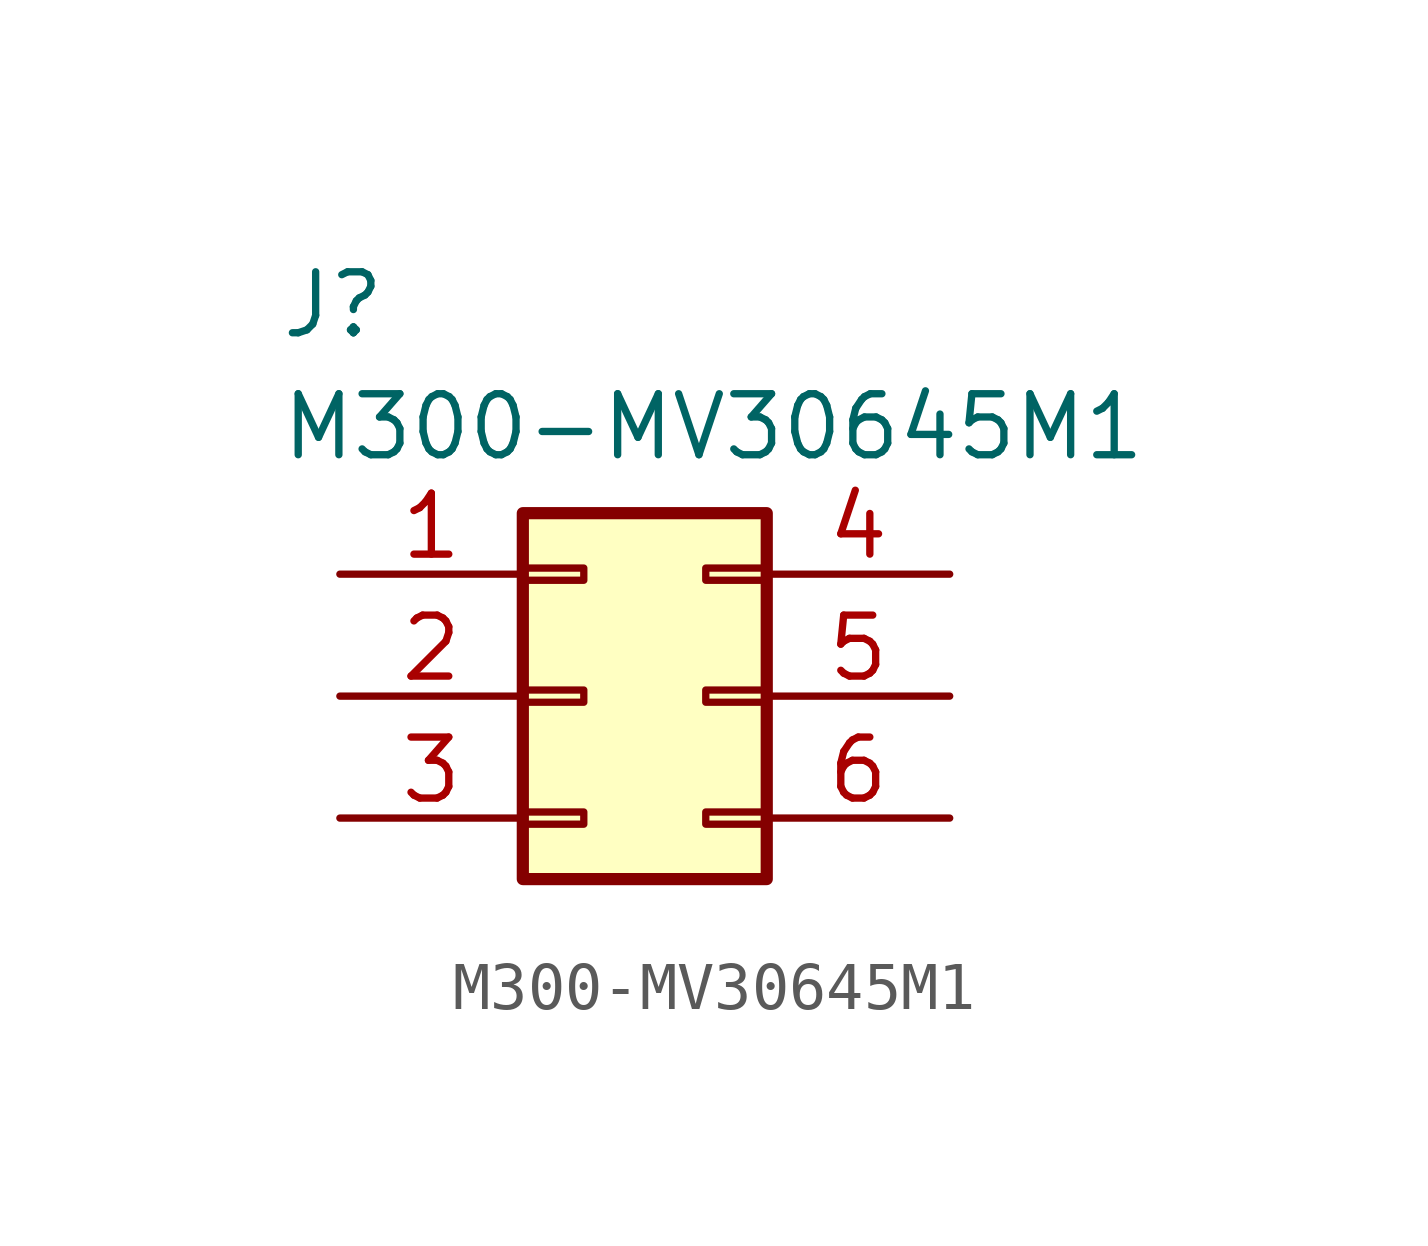
<source format=kicad_sym>
(kicad_symbol_lib
  (version 20220914)
  (generator kicad_symbol_editor)
  (symbol "M300-MV30645M1"
    (property "Reference" "J"
      (at -7.62 8.89 0)
      (effects (font (size 1.27 1.27)) (justify left top)))
    (property "Value" "M300-MV30645M1"
      (at -7.62 6.35 0)
      (effects (font (size 1.27 1.27)) (justify left top)))
    (symbol "M300-MV30645M1_1_1"
      (rectangle (start -2.54 -2.413) (end -1.27 -2.667) (stroke (width 0.152) (type default)) (fill (type none)))
      (rectangle (start -2.54 0.127) (end -1.27 -0.127) (stroke (width 0.152) (type default)) (fill (type none)))
      (rectangle (start -2.54 2.667) (end -1.27 2.413) (stroke (width 0.152) (type default)) (fill (type none)))
      (rectangle (start -2.54 3.81) (end 2.54 -3.81) (stroke (width 0.254) (type default)) (fill (type background)))
      (rectangle (start 2.54 -2.413) (end 1.27 -2.667) (stroke (width 0.152) (type default)) (fill (type none)))
      (rectangle (start 2.54 0.127) (end 1.27 -0.127) (stroke (width 0.152) (type default)) (fill (type none)))
      (rectangle (start 2.54 2.667) (end 1.27 2.413) (stroke (width 0.152) (type default)) (fill (type none)))
      (pin passive line (at -6.35 2.54 0) (length 3.81) (name "" (effects (font (size 1.27 1.27)))) (number "1" (effects (font (size 1.27 1.27)))))
      (pin passive line (at -6.35 0 0) (length 3.81) (name "" (effects (font (size 1.27 1.27)))) (number "2" (effects (font (size 1.27 1.27)))))
      (pin passive line (at -6.35 -2.54 0) (length 3.81) (name "" (effects (font (size 1.27 1.27)))) (number "3" (effects (font (size 1.27 1.27)))))
      (pin passive line (at 6.35 2.54 180) (length 3.81) (name "" (effects (font (size 1.27 1.27)))) (number "4" (effects (font (size 1.27 1.27)))))
      (pin passive line (at 6.35 0 180) (length 3.81) (name "" (effects (font (size 1.27 1.27)))) (number "5" (effects (font (size 1.27 1.27)))))
      (pin passive line (at 6.35 -2.54 180) (length 3.81) (name "" (effects (font (size 1.27 1.27)))) (number "6" (effects (font (size 1.27 1.27))))))))
</source>
